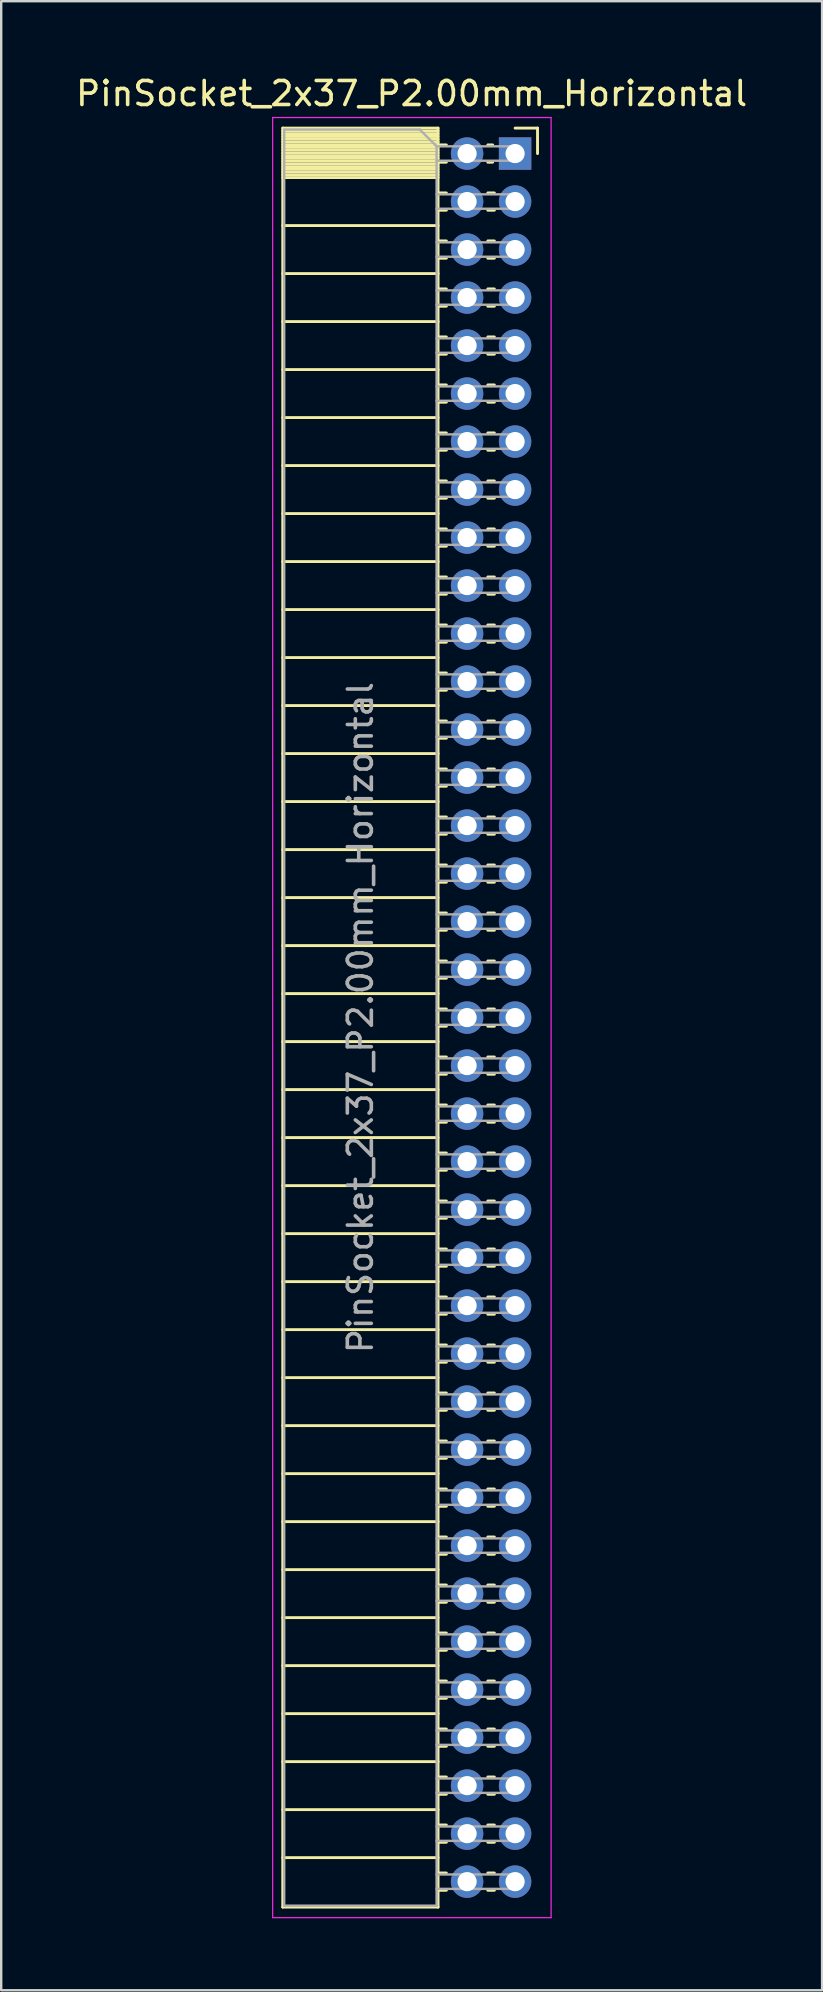
<source format=kicad_pcb>
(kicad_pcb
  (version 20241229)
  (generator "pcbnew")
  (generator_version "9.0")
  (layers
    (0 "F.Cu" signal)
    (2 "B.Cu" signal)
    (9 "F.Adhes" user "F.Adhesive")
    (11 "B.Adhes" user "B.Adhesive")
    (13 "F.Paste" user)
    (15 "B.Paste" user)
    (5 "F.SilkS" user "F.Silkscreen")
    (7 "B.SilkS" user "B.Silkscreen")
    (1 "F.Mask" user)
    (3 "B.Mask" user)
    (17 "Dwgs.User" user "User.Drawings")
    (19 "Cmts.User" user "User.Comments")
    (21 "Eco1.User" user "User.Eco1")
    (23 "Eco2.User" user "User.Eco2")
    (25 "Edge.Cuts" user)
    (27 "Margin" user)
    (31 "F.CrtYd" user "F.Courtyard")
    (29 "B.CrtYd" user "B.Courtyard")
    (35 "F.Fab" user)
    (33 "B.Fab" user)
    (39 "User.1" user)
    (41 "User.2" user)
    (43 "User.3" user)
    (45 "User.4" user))
  (footprint "PinSocket_2x37_P2.00mm_Horizontal"
    (layer "F.Cu")
    (at 18.411 3.348)
    (property "Reference" "PinSocket_2x37_P2.00mm_Horizontal" (at -4.31 -2.5 0) (layer "F.SilkS") (effects (font (size 1 1) (thickness 0.15))))
    (attr through_hole)
    (fp_line (start -9.68 -1.06) (end -9.68 73.06) (stroke (width 0.12) (type solid)) (layer "F.SilkS"))
    (fp_line (start -9.68 -1.06) (end -3.21 -1.06) (stroke (width 0.12) (type solid)) (layer "F.SilkS"))
    (fp_line (start -9.68 -0.94) (end -3.21 -0.94) (stroke (width 0.12) (type solid)) (layer "F.SilkS"))
    (fp_line (start -9.68 -0.826) (end -3.21 -0.826) (stroke (width 0.12) (type solid)) (layer "F.SilkS"))
    (fp_line (start -9.68 -0.712) (end -3.21 -0.712) (stroke (width 0.12) (type solid)) (layer "F.SilkS"))
    (fp_line (start -9.68 -0.598) (end -3.21 -0.598) (stroke (width 0.12) (type solid)) (layer "F.SilkS"))
    (fp_line (start -9.68 -0.484) (end -3.21 -0.484) (stroke (width 0.12) (type solid)) (layer "F.SilkS"))
    (fp_line (start -9.68 -0.369) (end -3.21 -0.369) (stroke (width 0.12) (type solid)) (layer "F.SilkS"))
    (fp_line (start -9.68 -0.255) (end -3.21 -0.255) (stroke (width 0.12) (type solid)) (layer "F.SilkS"))
    (fp_line (start -9.68 -0.141) (end -3.21 -0.141) (stroke (width 0.12) (type solid)) (layer "F.SilkS"))
    (fp_line (start -9.68 -0.027) (end -3.21 -0.027) (stroke (width 0.12) (type solid)) (layer "F.SilkS"))
    (fp_line (start -9.68 0.087) (end -3.21 0.087) (stroke (width 0.12) (type solid)) (layer "F.SilkS"))
    (fp_line (start -9.68 0.201) (end -3.21 0.201) (stroke (width 0.12) (type solid)) (layer "F.SilkS"))
    (fp_line (start -9.68 0.315) (end -3.21 0.315) (stroke (width 0.12) (type solid)) (layer "F.SilkS"))
    (fp_line (start -9.68 0.429) (end -3.21 0.429) (stroke (width 0.12) (type solid)) (layer "F.SilkS"))
    (fp_line (start -9.68 0.544) (end -3.21 0.544) (stroke (width 0.12) (type solid)) (layer "F.SilkS"))
    (fp_line (start -9.68 0.658) (end -3.21 0.658) (stroke (width 0.12) (type solid)) (layer "F.SilkS"))
    (fp_line (start -9.68 0.772) (end -3.21 0.772) (stroke (width 0.12) (type solid)) (layer "F.SilkS"))
    (fp_line (start -9.68 0.886) (end -3.21 0.886) (stroke (width 0.12) (type solid)) (layer "F.SilkS"))
    (fp_line (start -9.68 1) (end -3.21 1) (stroke (width 0.12) (type solid)) (layer "F.SilkS"))
    (fp_line (start -9.68 3) (end -3.21 3) (stroke (width 0.12) (type solid)) (layer "F.SilkS"))
    (fp_line (start -9.68 5) (end -3.21 5) (stroke (width 0.12) (type solid)) (layer "F.SilkS"))
    (fp_line (start -9.68 7) (end -3.21 7) (stroke (width 0.12) (type solid)) (layer "F.SilkS"))
    (fp_line (start -9.68 9) (end -3.21 9) (stroke (width 0.12) (type solid)) (layer "F.SilkS"))
    (fp_line (start -9.68 11) (end -3.21 11) (stroke (width 0.12) (type solid)) (layer "F.SilkS"))
    (fp_line (start -9.68 13) (end -3.21 13) (stroke (width 0.12) (type solid)) (layer "F.SilkS"))
    (fp_line (start -9.68 15) (end -3.21 15) (stroke (width 0.12) (type solid)) (layer "F.SilkS"))
    (fp_line (start -9.68 17) (end -3.21 17) (stroke (width 0.12) (type solid)) (layer "F.SilkS"))
    (fp_line (start -9.68 19) (end -3.21 19) (stroke (width 0.12) (type solid)) (layer "F.SilkS"))
    (fp_line (start -9.68 21) (end -3.21 21) (stroke (width 0.12) (type solid)) (layer "F.SilkS"))
    (fp_line (start -9.68 23) (end -3.21 23) (stroke (width 0.12) (type solid)) (layer "F.SilkS"))
    (fp_line (start -9.68 25) (end -3.21 25) (stroke (width 0.12) (type solid)) (layer "F.SilkS"))
    (fp_line (start -9.68 27) (end -3.21 27) (stroke (width 0.12) (type solid)) (layer "F.SilkS"))
    (fp_line (start -9.68 29) (end -3.21 29) (stroke (width 0.12) (type solid)) (layer "F.SilkS"))
    (fp_line (start -9.68 31) (end -3.21 31) (stroke (width 0.12) (type solid)) (layer "F.SilkS"))
    (fp_line (start -9.68 33) (end -3.21 33) (stroke (width 0.12) (type solid)) (layer "F.SilkS"))
    (fp_line (start -9.68 35) (end -3.21 35) (stroke (width 0.12) (type solid)) (layer "F.SilkS"))
    (fp_line (start -9.68 37) (end -3.21 37) (stroke (width 0.12) (type solid)) (layer "F.SilkS"))
    (fp_line (start -9.68 39) (end -3.21 39) (stroke (width 0.12) (type solid)) (layer "F.SilkS"))
    (fp_line (start -9.68 41) (end -3.21 41) (stroke (width 0.12) (type solid)) (layer "F.SilkS"))
    (fp_line (start -9.68 43) (end -3.21 43) (stroke (width 0.12) (type solid)) (layer "F.SilkS"))
    (fp_line (start -9.68 45) (end -3.21 45) (stroke (width 0.12) (type solid)) (layer "F.SilkS"))
    (fp_line (start -9.68 47) (end -3.21 47) (stroke (width 0.12) (type solid)) (layer "F.SilkS"))
    (fp_line (start -9.68 49) (end -3.21 49) (stroke (width 0.12) (type solid)) (layer "F.SilkS"))
    (fp_line (start -9.68 51) (end -3.21 51) (stroke (width 0.12) (type solid)) (layer "F.SilkS"))
    (fp_line (start -9.68 53) (end -3.21 53) (stroke (width 0.12) (type solid)) (layer "F.SilkS"))
    (fp_line (start -9.68 55) (end -3.21 55) (stroke (width 0.12) (type solid)) (layer "F.SilkS"))
    (fp_line (start -9.68 57) (end -3.21 57) (stroke (width 0.12) (type solid)) (layer "F.SilkS"))
    (fp_line (start -9.68 59) (end -3.21 59) (stroke (width 0.12) (type solid)) (layer "F.SilkS"))
    (fp_line (start -9.68 61) (end -3.21 61) (stroke (width 0.12) (type solid)) (layer "F.SilkS"))
    (fp_line (start -9.68 63) (end -3.21 63) (stroke (width 0.12) (type solid)) (layer "F.SilkS"))
    (fp_line (start -9.68 65) (end -3.21 65) (stroke (width 0.12) (type solid)) (layer "F.SilkS"))
    (fp_line (start -9.68 67) (end -3.21 67) (stroke (width 0.12) (type solid)) (layer "F.SilkS"))
    (fp_line (start -9.68 69) (end -3.21 69) (stroke (width 0.12) (type solid)) (layer "F.SilkS"))
    (fp_line (start -9.68 71) (end -3.21 71) (stroke (width 0.12) (type solid)) (layer "F.SilkS"))
    (fp_line (start -9.68 73.06) (end -3.21 73.06) (stroke (width 0.12) (type solid)) (layer "F.SilkS"))
    (fp_line (start -3.21 -1.06) (end -3.21 73.06) (stroke (width 0.12) (type solid)) (layer "F.SilkS"))
    (fp_line (start -3.21 -0.36) (end -2.863 -0.36) (stroke (width 0.12) (type solid)) (layer "F.SilkS"))
    (fp_line (start -3.21 0.36) (end -2.863 0.36) (stroke (width 0.12) (type solid)) (layer "F.SilkS"))
    (fp_line (start -3.21 1.64) (end -2.863 1.64) (stroke (width 0.12) (type solid)) (layer "F.SilkS"))
    (fp_line (start -3.21 2.36) (end -2.863 2.36) (stroke (width 0.12) (type solid)) (layer "F.SilkS"))
    (fp_line (start -3.21 3.64) (end -2.863 3.64) (stroke (width 0.12) (type solid)) (layer "F.SilkS"))
    (fp_line (start -3.21 4.36) (end -2.863 4.36) (stroke (width 0.12) (type solid)) (layer "F.SilkS"))
    (fp_line (start -3.21 5.64) (end -2.863 5.64) (stroke (width 0.12) (type solid)) (layer "F.SilkS"))
    (fp_line (start -3.21 6.36) (end -2.863 6.36) (stroke (width 0.12) (type solid)) (layer "F.SilkS"))
    (fp_line (start -3.21 7.64) (end -2.863 7.64) (stroke (width 0.12) (type solid)) (layer "F.SilkS"))
    (fp_line (start -3.21 8.36) (end -2.863 8.36) (stroke (width 0.12) (type solid)) (layer "F.SilkS"))
    (fp_line (start -3.21 9.64) (end -2.863 9.64) (stroke (width 0.12) (type solid)) (layer "F.SilkS"))
    (fp_line (start -3.21 10.36) (end -2.863 10.36) (stroke (width 0.12) (type solid)) (layer "F.SilkS"))
    (fp_line (start -3.21 11.64) (end -2.863 11.64) (stroke (width 0.12) (type solid)) (layer "F.SilkS"))
    (fp_line (start -3.21 12.36) (end -2.863 12.36) (stroke (width 0.12) (type solid)) (layer "F.SilkS"))
    (fp_line (start -3.21 13.64) (end -2.863 13.64) (stroke (width 0.12) (type solid)) (layer "F.SilkS"))
    (fp_line (start -3.21 14.36) (end -2.863 14.36) (stroke (width 0.12) (type solid)) (layer "F.SilkS"))
    (fp_line (start -3.21 15.64) (end -2.863 15.64) (stroke (width 0.12) (type solid)) (layer "F.SilkS"))
    (fp_line (start -3.21 16.36) (end -2.863 16.36) (stroke (width 0.12) (type solid)) (layer "F.SilkS"))
    (fp_line (start -3.21 17.64) (end -2.863 17.64) (stroke (width 0.12) (type solid)) (layer "F.SilkS"))
    (fp_line (start -3.21 18.36) (end -2.863 18.36) (stroke (width 0.12) (type solid)) (layer "F.SilkS"))
    (fp_line (start -3.21 19.64) (end -2.863 19.64) (stroke (width 0.12) (type solid)) (layer "F.SilkS"))
    (fp_line (start -3.21 20.36) (end -2.863 20.36) (stroke (width 0.12) (type solid)) (layer "F.SilkS"))
    (fp_line (start -3.21 21.64) (end -2.863 21.64) (stroke (width 0.12) (type solid)) (layer "F.SilkS"))
    (fp_line (start -3.21 22.36) (end -2.863 22.36) (stroke (width 0.12) (type solid)) (layer "F.SilkS"))
    (fp_line (start -3.21 23.64) (end -2.863 23.64) (stroke (width 0.12) (type solid)) (layer "F.SilkS"))
    (fp_line (start -3.21 24.36) (end -2.863 24.36) (stroke (width 0.12) (type solid)) (layer "F.SilkS"))
    (fp_line (start -3.21 25.64) (end -2.863 25.64) (stroke (width 0.12) (type solid)) (layer "F.SilkS"))
    (fp_line (start -3.21 26.36) (end -2.863 26.36) (stroke (width 0.12) (type solid)) (layer "F.SilkS"))
    (fp_line (start -3.21 27.64) (end -2.863 27.64) (stroke (width 0.12) (type solid)) (layer "F.SilkS"))
    (fp_line (start -3.21 28.36) (end -2.863 28.36) (stroke (width 0.12) (type solid)) (layer "F.SilkS"))
    (fp_line (start -3.21 29.64) (end -2.863 29.64) (stroke (width 0.12) (type solid)) (layer "F.SilkS"))
    (fp_line (start -3.21 30.36) (end -2.863 30.36) (stroke (width 0.12) (type solid)) (layer "F.SilkS"))
    (fp_line (start -3.21 31.64) (end -2.863 31.64) (stroke (width 0.12) (type solid)) (layer "F.SilkS"))
    (fp_line (start -3.21 32.36) (end -2.863 32.36) (stroke (width 0.12) (type solid)) (layer "F.SilkS"))
    (fp_line (start -3.21 33.64) (end -2.863 33.64) (stroke (width 0.12) (type solid)) (layer "F.SilkS"))
    (fp_line (start -3.21 34.36) (end -2.863 34.36) (stroke (width 0.12) (type solid)) (layer "F.SilkS"))
    (fp_line (start -3.21 35.64) (end -2.863 35.64) (stroke (width 0.12) (type solid)) (layer "F.SilkS"))
    (fp_line (start -3.21 36.36) (end -2.863 36.36) (stroke (width 0.12) (type solid)) (layer "F.SilkS"))
    (fp_line (start -3.21 37.64) (end -2.863 37.64) (stroke (width 0.12) (type solid)) (layer "F.SilkS"))
    (fp_line (start -3.21 38.36) (end -2.863 38.36) (stroke (width 0.12) (type solid)) (layer "F.SilkS"))
    (fp_line (start -3.21 39.64) (end -2.863 39.64) (stroke (width 0.12) (type solid)) (layer "F.SilkS"))
    (fp_line (start -3.21 40.36) (end -2.863 40.36) (stroke (width 0.12) (type solid)) (layer "F.SilkS"))
    (fp_line (start -3.21 41.64) (end -2.863 41.64) (stroke (width 0.12) (type solid)) (layer "F.SilkS"))
    (fp_line (start -3.21 42.36) (end -2.863 42.36) (stroke (width 0.12) (type solid)) (layer "F.SilkS"))
    (fp_line (start -3.21 43.64) (end -2.863 43.64) (stroke (width 0.12) (type solid)) (layer "F.SilkS"))
    (fp_line (start -3.21 44.36) (end -2.863 44.36) (stroke (width 0.12) (type solid)) (layer "F.SilkS"))
    (fp_line (start -3.21 45.64) (end -2.863 45.64) (stroke (width 0.12) (type solid)) (layer "F.SilkS"))
    (fp_line (start -3.21 46.36) (end -2.863 46.36) (stroke (width 0.12) (type solid)) (layer "F.SilkS"))
    (fp_line (start -3.21 47.64) (end -2.863 47.64) (stroke (width 0.12) (type solid)) (layer "F.SilkS"))
    (fp_line (start -3.21 48.36) (end -2.863 48.36) (stroke (width 0.12) (type solid)) (layer "F.SilkS"))
    (fp_line (start -3.21 49.64) (end -2.863 49.64) (stroke (width 0.12) (type solid)) (layer "F.SilkS"))
    (fp_line (start -3.21 50.36) (end -2.863 50.36) (stroke (width 0.12) (type solid)) (layer "F.SilkS"))
    (fp_line (start -3.21 51.64) (end -2.863 51.64) (stroke (width 0.12) (type solid)) (layer "F.SilkS"))
    (fp_line (start -3.21 52.36) (end -2.863 52.36) (stroke (width 0.12) (type solid)) (layer "F.SilkS"))
    (fp_line (start -3.21 53.64) (end -2.863 53.64) (stroke (width 0.12) (type solid)) (layer "F.SilkS"))
    (fp_line (start -3.21 54.36) (end -2.863 54.36) (stroke (width 0.12) (type solid)) (layer "F.SilkS"))
    (fp_line (start -3.21 55.64) (end -2.863 55.64) (stroke (width 0.12) (type solid)) (layer "F.SilkS"))
    (fp_line (start -3.21 56.36) (end -2.863 56.36) (stroke (width 0.12) (type solid)) (layer "F.SilkS"))
    (fp_line (start -3.21 57.64) (end -2.863 57.64) (stroke (width 0.12) (type solid)) (layer "F.SilkS"))
    (fp_line (start -3.21 58.36) (end -2.863 58.36) (stroke (width 0.12) (type solid)) (layer "F.SilkS"))
    (fp_line (start -3.21 59.64) (end -2.863 59.64) (stroke (width 0.12) (type solid)) (layer "F.SilkS"))
    (fp_line (start -3.21 60.36) (end -2.863 60.36) (stroke (width 0.12) (type solid)) (layer "F.SilkS"))
    (fp_line (start -3.21 61.64) (end -2.863 61.64) (stroke (width 0.12) (type solid)) (layer "F.SilkS"))
    (fp_line (start -3.21 62.36) (end -2.863 62.36) (stroke (width 0.12) (type solid)) (layer "F.SilkS"))
    (fp_line (start -3.21 63.64) (end -2.863 63.64) (stroke (width 0.12) (type solid)) (layer "F.SilkS"))
    (fp_line (start -3.21 64.36) (end -2.863 64.36) (stroke (width 0.12) (type solid)) (layer "F.SilkS"))
    (fp_line (start -3.21 65.64) (end -2.863 65.64) (stroke (width 0.12) (type solid)) (layer "F.SilkS"))
    (fp_line (start -3.21 66.36) (end -2.863 66.36) (stroke (width 0.12) (type solid)) (layer "F.SilkS"))
    (fp_line (start -3.21 67.64) (end -2.863 67.64) (stroke (width 0.12) (type solid)) (layer "F.SilkS"))
    (fp_line (start -3.21 68.36) (end -2.863 68.36) (stroke (width 0.12) (type solid)) (layer "F.SilkS"))
    (fp_line (start -3.21 69.64) (end -2.863 69.64) (stroke (width 0.12) (type solid)) (layer "F.SilkS"))
    (fp_line (start -3.21 70.36) (end -2.863 70.36) (stroke (width 0.12) (type solid)) (layer "F.SilkS"))
    (fp_line (start -3.21 71.64) (end -2.863 71.64) (stroke (width 0.12) (type solid)) (layer "F.SilkS"))
    (fp_line (start -3.21 72.36) (end -2.863 72.36) (stroke (width 0.12) (type solid)) (layer "F.SilkS"))
    (fp_line (start -1.137 -0.36) (end -0.935 -0.36) (stroke (width 0.12) (type solid)) (layer "F.SilkS"))
    (fp_line (start -1.137 0.36) (end -0.935 0.36) (stroke (width 0.12) (type solid)) (layer "F.SilkS"))
    (fp_line (start -1.137 1.64) (end -0.863 1.64) (stroke (width 0.12) (type solid)) (layer "F.SilkS"))
    (fp_line (start -1.137 2.36) (end -0.863 2.36) (stroke (width 0.12) (type solid)) (layer "F.SilkS"))
    (fp_line (start -1.137 3.64) (end -0.863 3.64) (stroke (width 0.12) (type solid)) (layer "F.SilkS"))
    (fp_line (start -1.137 4.36) (end -0.863 4.36) (stroke (width 0.12) (type solid)) (layer "F.SilkS"))
    (fp_line (start -1.137 5.64) (end -0.863 5.64) (stroke (width 0.12) (type solid)) (layer "F.SilkS"))
    (fp_line (start -1.137 6.36) (end -0.863 6.36) (stroke (width 0.12) (type solid)) (layer "F.SilkS"))
    (fp_line (start -1.137 7.64) (end -0.863 7.64) (stroke (width 0.12) (type solid)) (layer "F.SilkS"))
    (fp_line (start -1.137 8.36) (end -0.863 8.36) (stroke (width 0.12) (type solid)) (layer "F.SilkS"))
    (fp_line (start -1.137 9.64) (end -0.863 9.64) (stroke (width 0.12) (type solid)) (layer "F.SilkS"))
    (fp_line (start -1.137 10.36) (end -0.863 10.36) (stroke (width 0.12) (type solid)) (layer "F.SilkS"))
    (fp_line (start -1.137 11.64) (end -0.863 11.64) (stroke (width 0.12) (type solid)) (layer "F.SilkS"))
    (fp_line (start -1.137 12.36) (end -0.863 12.36) (stroke (width 0.12) (type solid)) (layer "F.SilkS"))
    (fp_line (start -1.137 13.64) (end -0.863 13.64) (stroke (width 0.12) (type solid)) (layer "F.SilkS"))
    (fp_line (start -1.137 14.36) (end -0.863 14.36) (stroke (width 0.12) (type solid)) (layer "F.SilkS"))
    (fp_line (start -1.137 15.64) (end -0.863 15.64) (stroke (width 0.12) (type solid)) (layer "F.SilkS"))
    (fp_line (start -1.137 16.36) (end -0.863 16.36) (stroke (width 0.12) (type solid)) (layer "F.SilkS"))
    (fp_line (start -1.137 17.64) (end -0.863 17.64) (stroke (width 0.12) (type solid)) (layer "F.SilkS"))
    (fp_line (start -1.137 18.36) (end -0.863 18.36) (stroke (width 0.12) (type solid)) (layer "F.SilkS"))
    (fp_line (start -1.137 19.64) (end -0.863 19.64) (stroke (width 0.12) (type solid)) (layer "F.SilkS"))
    (fp_line (start -1.137 20.36) (end -0.863 20.36) (stroke (width 0.12) (type solid)) (layer "F.SilkS"))
    (fp_line (start -1.137 21.64) (end -0.863 21.64) (stroke (width 0.12) (type solid)) (layer "F.SilkS"))
    (fp_line (start -1.137 22.36) (end -0.863 22.36) (stroke (width 0.12) (type solid)) (layer "F.SilkS"))
    (fp_line (start -1.137 23.64) (end -0.863 23.64) (stroke (width 0.12) (type solid)) (layer "F.SilkS"))
    (fp_line (start -1.137 24.36) (end -0.863 24.36) (stroke (width 0.12) (type solid)) (layer "F.SilkS"))
    (fp_line (start -1.137 25.64) (end -0.863 25.64) (stroke (width 0.12) (type solid)) (layer "F.SilkS"))
    (fp_line (start -1.137 26.36) (end -0.863 26.36) (stroke (width 0.12) (type solid)) (layer "F.SilkS"))
    (fp_line (start -1.137 27.64) (end -0.863 27.64) (stroke (width 0.12) (type solid)) (layer "F.SilkS"))
    (fp_line (start -1.137 28.36) (end -0.863 28.36) (stroke (width 0.12) (type solid)) (layer "F.SilkS"))
    (fp_line (start -1.137 29.64) (end -0.863 29.64) (stroke (width 0.12) (type solid)) (layer "F.SilkS"))
    (fp_line (start -1.137 30.36) (end -0.863 30.36) (stroke (width 0.12) (type solid)) (layer "F.SilkS"))
    (fp_line (start -1.137 31.64) (end -0.863 31.64) (stroke (width 0.12) (type solid)) (layer "F.SilkS"))
    (fp_line (start -1.137 32.36) (end -0.863 32.36) (stroke (width 0.12) (type solid)) (layer "F.SilkS"))
    (fp_line (start -1.137 33.64) (end -0.863 33.64) (stroke (width 0.12) (type solid)) (layer "F.SilkS"))
    (fp_line (start -1.137 34.36) (end -0.863 34.36) (stroke (width 0.12) (type solid)) (layer "F.SilkS"))
    (fp_line (start -1.137 35.64) (end -0.863 35.64) (stroke (width 0.12) (type solid)) (layer "F.SilkS"))
    (fp_line (start -1.137 36.36) (end -0.863 36.36) (stroke (width 0.12) (type solid)) (layer "F.SilkS"))
    (fp_line (start -1.137 37.64) (end -0.863 37.64) (stroke (width 0.12) (type solid)) (layer "F.SilkS"))
    (fp_line (start -1.137 38.36) (end -0.863 38.36) (stroke (width 0.12) (type solid)) (layer "F.SilkS"))
    (fp_line (start -1.137 39.64) (end -0.863 39.64) (stroke (width 0.12) (type solid)) (layer "F.SilkS"))
    (fp_line (start -1.137 40.36) (end -0.863 40.36) (stroke (width 0.12) (type solid)) (layer "F.SilkS"))
    (fp_line (start -1.137 41.64) (end -0.863 41.64) (stroke (width 0.12) (type solid)) (layer "F.SilkS"))
    (fp_line (start -1.137 42.36) (end -0.863 42.36) (stroke (width 0.12) (type solid)) (layer "F.SilkS"))
    (fp_line (start -1.137 43.64) (end -0.863 43.64) (stroke (width 0.12) (type solid)) (layer "F.SilkS"))
    (fp_line (start -1.137 44.36) (end -0.863 44.36) (stroke (width 0.12) (type solid)) (layer "F.SilkS"))
    (fp_line (start -1.137 45.64) (end -0.863 45.64) (stroke (width 0.12) (type solid)) (layer "F.SilkS"))
    (fp_line (start -1.137 46.36) (end -0.863 46.36) (stroke (width 0.12) (type solid)) (layer "F.SilkS"))
    (fp_line (start -1.137 47.64) (end -0.863 47.64) (stroke (width 0.12) (type solid)) (layer "F.SilkS"))
    (fp_line (start -1.137 48.36) (end -0.863 48.36) (stroke (width 0.12) (type solid)) (layer "F.SilkS"))
    (fp_line (start -1.137 49.64) (end -0.863 49.64) (stroke (width 0.12) (type solid)) (layer "F.SilkS"))
    (fp_line (start -1.137 50.36) (end -0.863 50.36) (stroke (width 0.12) (type solid)) (layer "F.SilkS"))
    (fp_line (start -1.137 51.64) (end -0.863 51.64) (stroke (width 0.12) (type solid)) (layer "F.SilkS"))
    (fp_line (start -1.137 52.36) (end -0.863 52.36) (stroke (width 0.12) (type solid)) (layer "F.SilkS"))
    (fp_line (start -1.137 53.64) (end -0.863 53.64) (stroke (width 0.12) (type solid)) (layer "F.SilkS"))
    (fp_line (start -1.137 54.36) (end -0.863 54.36) (stroke (width 0.12) (type solid)) (layer "F.SilkS"))
    (fp_line (start -1.137 55.64) (end -0.863 55.64) (stroke (width 0.12) (type solid)) (layer "F.SilkS"))
    (fp_line (start -1.137 56.36) (end -0.863 56.36) (stroke (width 0.12) (type solid)) (layer "F.SilkS"))
    (fp_line (start -1.137 57.64) (end -0.863 57.64) (stroke (width 0.12) (type solid)) (layer "F.SilkS"))
    (fp_line (start -1.137 58.36) (end -0.863 58.36) (stroke (width 0.12) (type solid)) (layer "F.SilkS"))
    (fp_line (start -1.137 59.64) (end -0.863 59.64) (stroke (width 0.12) (type solid)) (layer "F.SilkS"))
    (fp_line (start -1.137 60.36) (end -0.863 60.36) (stroke (width 0.12) (type solid)) (layer "F.SilkS"))
    (fp_line (start -1.137 61.64) (end -0.863 61.64) (stroke (width 0.12) (type solid)) (layer "F.SilkS"))
    (fp_line (start -1.137 62.36) (end -0.863 62.36) (stroke (width 0.12) (type solid)) (layer "F.SilkS"))
    (fp_line (start -1.137 63.64) (end -0.863 63.64) (stroke (width 0.12) (type solid)) (layer "F.SilkS"))
    (fp_line (start -1.137 64.36) (end -0.863 64.36) (stroke (width 0.12) (type solid)) (layer "F.SilkS"))
    (fp_line (start -1.137 65.64) (end -0.863 65.64) (stroke (width 0.12) (type solid)) (layer "F.SilkS"))
    (fp_line (start -1.137 66.36) (end -0.863 66.36) (stroke (width 0.12) (type solid)) (layer "F.SilkS"))
    (fp_line (start -1.137 67.64) (end -0.863 67.64) (stroke (width 0.12) (type solid)) (layer "F.SilkS"))
    (fp_line (start -1.137 68.36) (end -0.863 68.36) (stroke (width 0.12) (type solid)) (layer "F.SilkS"))
    (fp_line (start -1.137 69.64) (end -0.863 69.64) (stroke (width 0.12) (type solid)) (layer "F.SilkS"))
    (fp_line (start -1.137 70.36) (end -0.863 70.36) (stroke (width 0.12) (type solid)) (layer "F.SilkS"))
    (fp_line (start -1.137 71.64) (end -0.863 71.64) (stroke (width 0.12) (type solid)) (layer "F.SilkS"))
    (fp_line (start -1.137 72.36) (end -0.863 72.36) (stroke (width 0.12) (type solid)) (layer "F.SilkS"))
    (fp_line (start 0 -1.06) (end 0.935 -1.06) (stroke (width 0.12) (type solid)) (layer "F.SilkS"))
    (fp_line (start 0.935 -1.06) (end 0.935 0) (stroke (width 0.12) (type solid)) (layer "F.SilkS"))
    (fp_line (start -10.1 -1.5) (end -10.1 73.5) (stroke (width 0.05) (type solid)) (layer "F.CrtYd"))
    (fp_line (start -10.1 73.5) (end 1.5 73.5) (stroke (width 0.05) (type solid)) (layer "F.CrtYd"))
    (fp_line (start 1.5 -1.5) (end -10.1 -1.5) (stroke (width 0.05) (type solid)) (layer "F.CrtYd"))
    (fp_line (start 1.5 73.5) (end 1.5 -1.5) (stroke (width 0.05) (type solid)) (layer "F.CrtYd"))
    (fp_line (start -9.62 -1) (end -3.97 -1) (stroke (width 0.1) (type solid)) (layer "F.Fab"))
    (fp_line (start -9.62 73) (end -9.62 -1) (stroke (width 0.1) (type solid)) (layer "F.Fab"))
    (fp_line (start -3.97 -1) (end -3.27 -0.3) (stroke (width 0.1) (type solid)) (layer "F.Fab"))
    (fp_line (start -3.27 -0.3) (end -3.27 73) (stroke (width 0.1) (type solid)) (layer "F.Fab"))
    (fp_line (start -3.27 0.3) (end 0 0.3) (stroke (width 0.1) (type solid)) (layer "F.Fab"))
    (fp_line (start -3.27 2.3) (end 0 2.3) (stroke (width 0.1) (type solid)) (layer "F.Fab"))
    (fp_line (start -3.27 4.3) (end 0 4.3) (stroke (width 0.1) (type solid)) (layer "F.Fab"))
    (fp_line (start -3.27 6.3) (end 0 6.3) (stroke (width 0.1) (type solid)) (layer "F.Fab"))
    (fp_line (start -3.27 8.3) (end 0 8.3) (stroke (width 0.1) (type solid)) (layer "F.Fab"))
    (fp_line (start -3.27 10.3) (end 0 10.3) (stroke (width 0.1) (type solid)) (layer "F.Fab"))
    (fp_line (start -3.27 12.3) (end 0 12.3) (stroke (width 0.1) (type solid)) (layer "F.Fab"))
    (fp_line (start -3.27 14.3) (end 0 14.3) (stroke (width 0.1) (type solid)) (layer "F.Fab"))
    (fp_line (start -3.27 16.3) (end 0 16.3) (stroke (width 0.1) (type solid)) (layer "F.Fab"))
    (fp_line (start -3.27 18.3) (end 0 18.3) (stroke (width 0.1) (type solid)) (layer "F.Fab"))
    (fp_line (start -3.27 20.3) (end 0 20.3) (stroke (width 0.1) (type solid)) (layer "F.Fab"))
    (fp_line (start -3.27 22.3) (end 0 22.3) (stroke (width 0.1) (type solid)) (layer "F.Fab"))
    (fp_line (start -3.27 24.3) (end 0 24.3) (stroke (width 0.1) (type solid)) (layer "F.Fab"))
    (fp_line (start -3.27 26.3) (end 0 26.3) (stroke (width 0.1) (type solid)) (layer "F.Fab"))
    (fp_line (start -3.27 28.3) (end 0 28.3) (stroke (width 0.1) (type solid)) (layer "F.Fab"))
    (fp_line (start -3.27 30.3) (end 0 30.3) (stroke (width 0.1) (type solid)) (layer "F.Fab"))
    (fp_line (start -3.27 32.3) (end 0 32.3) (stroke (width 0.1) (type solid)) (layer "F.Fab"))
    (fp_line (start -3.27 34.3) (end 0 34.3) (stroke (width 0.1) (type solid)) (layer "F.Fab"))
    (fp_line (start -3.27 36.3) (end 0 36.3) (stroke (width 0.1) (type solid)) (layer "F.Fab"))
    (fp_line (start -3.27 38.3) (end 0 38.3) (stroke (width 0.1) (type solid)) (layer "F.Fab"))
    (fp_line (start -3.27 40.3) (end 0 40.3) (stroke (width 0.1) (type solid)) (layer "F.Fab"))
    (fp_line (start -3.27 42.3) (end 0 42.3) (stroke (width 0.1) (type solid)) (layer "F.Fab"))
    (fp_line (start -3.27 44.3) (end 0 44.3) (stroke (width 0.1) (type solid)) (layer "F.Fab"))
    (fp_line (start -3.27 46.3) (end 0 46.3) (stroke (width 0.1) (type solid)) (layer "F.Fab"))
    (fp_line (start -3.27 48.3) (end 0 48.3) (stroke (width 0.1) (type solid)) (layer "F.Fab"))
    (fp_line (start -3.27 50.3) (end 0 50.3) (stroke (width 0.1) (type solid)) (layer "F.Fab"))
    (fp_line (start -3.27 52.3) (end 0 52.3) (stroke (width 0.1) (type solid)) (layer "F.Fab"))
    (fp_line (start -3.27 54.3) (end 0 54.3) (stroke (width 0.1) (type solid)) (layer "F.Fab"))
    (fp_line (start -3.27 56.3) (end 0 56.3) (stroke (width 0.1) (type solid)) (layer "F.Fab"))
    (fp_line (start -3.27 58.3) (end 0 58.3) (stroke (width 0.1) (type solid)) (layer "F.Fab"))
    (fp_line (start -3.27 60.3) (end 0 60.3) (stroke (width 0.1) (type solid)) (layer "F.Fab"))
    (fp_line (start -3.27 62.3) (end 0 62.3) (stroke (width 0.1) (type solid)) (layer "F.Fab"))
    (fp_line (start -3.27 64.3) (end 0 64.3) (stroke (width 0.1) (type solid)) (layer "F.Fab"))
    (fp_line (start -3.27 66.3) (end 0 66.3) (stroke (width 0.1) (type solid)) (layer "F.Fab"))
    (fp_line (start -3.27 68.3) (end 0 68.3) (stroke (width 0.1) (type solid)) (layer "F.Fab"))
    (fp_line (start -3.27 70.3) (end 0 70.3) (stroke (width 0.1) (type solid)) (layer "F.Fab"))
    (fp_line (start -3.27 72.3) (end 0 72.3) (stroke (width 0.1) (type solid)) (layer "F.Fab"))
    (fp_line (start -3.27 73) (end -9.62 73) (stroke (width 0.1) (type solid)) (layer "F.Fab"))
    (fp_line (start 0 -0.3) (end -3.27 -0.3) (stroke (width 0.1) (type solid)) (layer "F.Fab"))
    (fp_line (start 0 0.3) (end 0 -0.3) (stroke (width 0.1) (type solid)) (layer "F.Fab"))
    (fp_line (start 0 1.7) (end -3.27 1.7) (stroke (width 0.1) (type solid)) (layer "F.Fab"))
    (fp_line (start 0 2.3) (end 0 1.7) (stroke (width 0.1) (type solid)) (layer "F.Fab"))
    (fp_line (start 0 3.7) (end -3.27 3.7) (stroke (width 0.1) (type solid)) (layer "F.Fab"))
    (fp_line (start 0 4.3) (end 0 3.7) (stroke (width 0.1) (type solid)) (layer "F.Fab"))
    (fp_line (start 0 5.7) (end -3.27 5.7) (stroke (width 0.1) (type solid)) (layer "F.Fab"))
    (fp_line (start 0 6.3) (end 0 5.7) (stroke (width 0.1) (type solid)) (layer "F.Fab"))
    (fp_line (start 0 7.7) (end -3.27 7.7) (stroke (width 0.1) (type solid)) (layer "F.Fab"))
    (fp_line (start 0 8.3) (end 0 7.7) (stroke (width 0.1) (type solid)) (layer "F.Fab"))
    (fp_line (start 0 9.7) (end -3.27 9.7) (stroke (width 0.1) (type solid)) (layer "F.Fab"))
    (fp_line (start 0 10.3) (end 0 9.7) (stroke (width 0.1) (type solid)) (layer "F.Fab"))
    (fp_line (start 0 11.7) (end -3.27 11.7) (stroke (width 0.1) (type solid)) (layer "F.Fab"))
    (fp_line (start 0 12.3) (end 0 11.7) (stroke (width 0.1) (type solid)) (layer "F.Fab"))
    (fp_line (start 0 13.7) (end -3.27 13.7) (stroke (width 0.1) (type solid)) (layer "F.Fab"))
    (fp_line (start 0 14.3) (end 0 13.7) (stroke (width 0.1) (type solid)) (layer "F.Fab"))
    (fp_line (start 0 15.7) (end -3.27 15.7) (stroke (width 0.1) (type solid)) (layer "F.Fab"))
    (fp_line (start 0 16.3) (end 0 15.7) (stroke (width 0.1) (type solid)) (layer "F.Fab"))
    (fp_line (start 0 17.7) (end -3.27 17.7) (stroke (width 0.1) (type solid)) (layer "F.Fab"))
    (fp_line (start 0 18.3) (end 0 17.7) (stroke (width 0.1) (type solid)) (layer "F.Fab"))
    (fp_line (start 0 19.7) (end -3.27 19.7) (stroke (width 0.1) (type solid)) (layer "F.Fab"))
    (fp_line (start 0 20.3) (end 0 19.7) (stroke (width 0.1) (type solid)) (layer "F.Fab"))
    (fp_line (start 0 21.7) (end -3.27 21.7) (stroke (width 0.1) (type solid)) (layer "F.Fab"))
    (fp_line (start 0 22.3) (end 0 21.7) (stroke (width 0.1) (type solid)) (layer "F.Fab"))
    (fp_line (start 0 23.7) (end -3.27 23.7) (stroke (width 0.1) (type solid)) (layer "F.Fab"))
    (fp_line (start 0 24.3) (end 0 23.7) (stroke (width 0.1) (type solid)) (layer "F.Fab"))
    (fp_line (start 0 25.7) (end -3.27 25.7) (stroke (width 0.1) (type solid)) (layer "F.Fab"))
    (fp_line (start 0 26.3) (end 0 25.7) (stroke (width 0.1) (type solid)) (layer "F.Fab"))
    (fp_line (start 0 27.7) (end -3.27 27.7) (stroke (width 0.1) (type solid)) (layer "F.Fab"))
    (fp_line (start 0 28.3) (end 0 27.7) (stroke (width 0.1) (type solid)) (layer "F.Fab"))
    (fp_line (start 0 29.7) (end -3.27 29.7) (stroke (width 0.1) (type solid)) (layer "F.Fab"))
    (fp_line (start 0 30.3) (end 0 29.7) (stroke (width 0.1) (type solid)) (layer "F.Fab"))
    (fp_line (start 0 31.7) (end -3.27 31.7) (stroke (width 0.1) (type solid)) (layer "F.Fab"))
    (fp_line (start 0 32.3) (end 0 31.7) (stroke (width 0.1) (type solid)) (layer "F.Fab"))
    (fp_line (start 0 33.7) (end -3.27 33.7) (stroke (width 0.1) (type solid)) (layer "F.Fab"))
    (fp_line (start 0 34.3) (end 0 33.7) (stroke (width 0.1) (type solid)) (layer "F.Fab"))
    (fp_line (start 0 35.7) (end -3.27 35.7) (stroke (width 0.1) (type solid)) (layer "F.Fab"))
    (fp_line (start 0 36.3) (end 0 35.7) (stroke (width 0.1) (type solid)) (layer "F.Fab"))
    (fp_line (start 0 37.7) (end -3.27 37.7) (stroke (width 0.1) (type solid)) (layer "F.Fab"))
    (fp_line (start 0 38.3) (end 0 37.7) (stroke (width 0.1) (type solid)) (layer "F.Fab"))
    (fp_line (start 0 39.7) (end -3.27 39.7) (stroke (width 0.1) (type solid)) (layer "F.Fab"))
    (fp_line (start 0 40.3) (end 0 39.7) (stroke (width 0.1) (type solid)) (layer "F.Fab"))
    (fp_line (start 0 41.7) (end -3.27 41.7) (stroke (width 0.1) (type solid)) (layer "F.Fab"))
    (fp_line (start 0 42.3) (end 0 41.7) (stroke (width 0.1) (type solid)) (layer "F.Fab"))
    (fp_line (start 0 43.7) (end -3.27 43.7) (stroke (width 0.1) (type solid)) (layer "F.Fab"))
    (fp_line (start 0 44.3) (end 0 43.7) (stroke (width 0.1) (type solid)) (layer "F.Fab"))
    (fp_line (start 0 45.7) (end -3.27 45.7) (stroke (width 0.1) (type solid)) (layer "F.Fab"))
    (fp_line (start 0 46.3) (end 0 45.7) (stroke (width 0.1) (type solid)) (layer "F.Fab"))
    (fp_line (start 0 47.7) (end -3.27 47.7) (stroke (width 0.1) (type solid)) (layer "F.Fab"))
    (fp_line (start 0 48.3) (end 0 47.7) (stroke (width 0.1) (type solid)) (layer "F.Fab"))
    (fp_line (start 0 49.7) (end -3.27 49.7) (stroke (width 0.1) (type solid)) (layer "F.Fab"))
    (fp_line (start 0 50.3) (end 0 49.7) (stroke (width 0.1) (type solid)) (layer "F.Fab"))
    (fp_line (start 0 51.7) (end -3.27 51.7) (stroke (width 0.1) (type solid)) (layer "F.Fab"))
    (fp_line (start 0 52.3) (end 0 51.7) (stroke (width 0.1) (type solid)) (layer "F.Fab"))
    (fp_line (start 0 53.7) (end -3.27 53.7) (stroke (width 0.1) (type solid)) (layer "F.Fab"))
    (fp_line (start 0 54.3) (end 0 53.7) (stroke (width 0.1) (type solid)) (layer "F.Fab"))
    (fp_line (start 0 55.7) (end -3.27 55.7) (stroke (width 0.1) (type solid)) (layer "F.Fab"))
    (fp_line (start 0 56.3) (end 0 55.7) (stroke (width 0.1) (type solid)) (layer "F.Fab"))
    (fp_line (start 0 57.7) (end -3.27 57.7) (stroke (width 0.1) (type solid)) (layer "F.Fab"))
    (fp_line (start 0 58.3) (end 0 57.7) (stroke (width 0.1) (type solid)) (layer "F.Fab"))
    (fp_line (start 0 59.7) (end -3.27 59.7) (stroke (width 0.1) (type solid)) (layer "F.Fab"))
    (fp_line (start 0 60.3) (end 0 59.7) (stroke (width 0.1) (type solid)) (layer "F.Fab"))
    (fp_line (start 0 61.7) (end -3.27 61.7) (stroke (width 0.1) (type solid)) (layer "F.Fab"))
    (fp_line (start 0 62.3) (end 0 61.7) (stroke (width 0.1) (type solid)) (layer "F.Fab"))
    (fp_line (start 0 63.7) (end -3.27 63.7) (stroke (width 0.1) (type solid)) (layer "F.Fab"))
    (fp_line (start 0 64.3) (end 0 63.7) (stroke (width 0.1) (type solid)) (layer "F.Fab"))
    (fp_line (start 0 65.7) (end -3.27 65.7) (stroke (width 0.1) (type solid)) (layer "F.Fab"))
    (fp_line (start 0 66.3) (end 0 65.7) (stroke (width 0.1) (type solid)) (layer "F.Fab"))
    (fp_line (start 0 67.7) (end -3.27 67.7) (stroke (width 0.1) (type solid)) (layer "F.Fab"))
    (fp_line (start 0 68.3) (end 0 67.7) (stroke (width 0.1) (type solid)) (layer "F.Fab"))
    (fp_line (start 0 69.7) (end -3.27 69.7) (stroke (width 0.1) (type solid)) (layer "F.Fab"))
    (fp_line (start 0 70.3) (end 0 69.7) (stroke (width 0.1) (type solid)) (layer "F.Fab"))
    (fp_line (start 0 71.7) (end -3.27 71.7) (stroke (width 0.1) (type solid)) (layer "F.Fab"))
    (fp_line (start 0 72.3) (end 0 71.7) (stroke (width 0.1) (type solid)) (layer "F.Fab"))
    (fp_text user "${REFERENCE}" (at -6.445 36 90) (layer "F.Fab") (effects (font (size 1 1) (thickness 0.15))))
    (pad "1" thru_hole rect (at 0 0) (size 1.35 1.35) (drill 0.8) (layers "*.Cu" "*.Mask"))
    (pad "2" thru_hole circle (at -2 0) (size 1.35 1.35) (drill 0.8) (layers "*.Cu" "*.Mask"))
    (pad "3" thru_hole circle (at 0 2) (size 1.35 1.35) (drill 0.8) (layers "*.Cu" "*.Mask"))
    (pad "4" thru_hole circle (at -2 2) (size 1.35 1.35) (drill 0.8) (layers "*.Cu" "*.Mask"))
    (pad "5" thru_hole circle (at 0 4) (size 1.35 1.35) (drill 0.8) (layers "*.Cu" "*.Mask"))
    (pad "6" thru_hole circle (at -2 4) (size 1.35 1.35) (drill 0.8) (layers "*.Cu" "*.Mask"))
    (pad "7" thru_hole circle (at 0 6) (size 1.35 1.35) (drill 0.8) (layers "*.Cu" "*.Mask"))
    (pad "8" thru_hole circle (at -2 6) (size 1.35 1.35) (drill 0.8) (layers "*.Cu" "*.Mask"))
    (pad "9" thru_hole circle (at 0 8) (size 1.35 1.35) (drill 0.8) (layers "*.Cu" "*.Mask"))
    (pad "10" thru_hole circle (at -2 8) (size 1.35 1.35) (drill 0.8) (layers "*.Cu" "*.Mask"))
    (pad "11" thru_hole circle (at 0 10) (size 1.35 1.35) (drill 0.8) (layers "*.Cu" "*.Mask"))
    (pad "12" thru_hole circle (at -2 10) (size 1.35 1.35) (drill 0.8) (layers "*.Cu" "*.Mask"))
    (pad "13" thru_hole circle (at 0 12) (size 1.35 1.35) (drill 0.8) (layers "*.Cu" "*.Mask"))
    (pad "14" thru_hole circle (at -2 12) (size 1.35 1.35) (drill 0.8) (layers "*.Cu" "*.Mask"))
    (pad "15" thru_hole circle (at 0 14) (size 1.35 1.35) (drill 0.8) (layers "*.Cu" "*.Mask"))
    (pad "16" thru_hole circle (at -2 14) (size 1.35 1.35) (drill 0.8) (layers "*.Cu" "*.Mask"))
    (pad "17" thru_hole circle (at 0 16) (size 1.35 1.35) (drill 0.8) (layers "*.Cu" "*.Mask"))
    (pad "18" thru_hole circle (at -2 16) (size 1.35 1.35) (drill 0.8) (layers "*.Cu" "*.Mask"))
    (pad "19" thru_hole circle (at 0 18) (size 1.35 1.35) (drill 0.8) (layers "*.Cu" "*.Mask"))
    (pad "20" thru_hole circle (at -2 18) (size 1.35 1.35) (drill 0.8) (layers "*.Cu" "*.Mask"))
    (pad "21" thru_hole circle (at 0 20) (size 1.35 1.35) (drill 0.8) (layers "*.Cu" "*.Mask"))
    (pad "22" thru_hole circle (at -2 20) (size 1.35 1.35) (drill 0.8) (layers "*.Cu" "*.Mask"))
    (pad "23" thru_hole circle (at 0 22) (size 1.35 1.35) (drill 0.8) (layers "*.Cu" "*.Mask"))
    (pad "24" thru_hole circle (at -2 22) (size 1.35 1.35) (drill 0.8) (layers "*.Cu" "*.Mask"))
    (pad "25" thru_hole circle (at 0 24) (size 1.35 1.35) (drill 0.8) (layers "*.Cu" "*.Mask"))
    (pad "26" thru_hole circle (at -2 24) (size 1.35 1.35) (drill 0.8) (layers "*.Cu" "*.Mask"))
    (pad "27" thru_hole circle (at 0 26) (size 1.35 1.35) (drill 0.8) (layers "*.Cu" "*.Mask"))
    (pad "28" thru_hole circle (at -2 26) (size 1.35 1.35) (drill 0.8) (layers "*.Cu" "*.Mask"))
    (pad "29" thru_hole circle (at 0 28) (size 1.35 1.35) (drill 0.8) (layers "*.Cu" "*.Mask"))
    (pad "30" thru_hole circle (at -2 28) (size 1.35 1.35) (drill 0.8) (layers "*.Cu" "*.Mask"))
    (pad "31" thru_hole circle (at 0 30) (size 1.35 1.35) (drill 0.8) (layers "*.Cu" "*.Mask"))
    (pad "32" thru_hole circle (at -2 30) (size 1.35 1.35) (drill 0.8) (layers "*.Cu" "*.Mask"))
    (pad "33" thru_hole circle (at 0 32) (size 1.35 1.35) (drill 0.8) (layers "*.Cu" "*.Mask"))
    (pad "34" thru_hole circle (at -2 32) (size 1.35 1.35) (drill 0.8) (layers "*.Cu" "*.Mask"))
    (pad "35" thru_hole circle (at 0 34) (size 1.35 1.35) (drill 0.8) (layers "*.Cu" "*.Mask"))
    (pad "36" thru_hole circle (at -2 34) (size 1.35 1.35) (drill 0.8) (layers "*.Cu" "*.Mask"))
    (pad "37" thru_hole circle (at 0 36) (size 1.35 1.35) (drill 0.8) (layers "*.Cu" "*.Mask"))
    (pad "38" thru_hole circle (at -2 36) (size 1.35 1.35) (drill 0.8) (layers "*.Cu" "*.Mask"))
    (pad "39" thru_hole circle (at 0 38) (size 1.35 1.35) (drill 0.8) (layers "*.Cu" "*.Mask"))
    (pad "40" thru_hole circle (at -2 38) (size 1.35 1.35) (drill 0.8) (layers "*.Cu" "*.Mask"))
    (pad "41" thru_hole circle (at 0 40) (size 1.35 1.35) (drill 0.8) (layers "*.Cu" "*.Mask"))
    (pad "42" thru_hole circle (at -2 40) (size 1.35 1.35) (drill 0.8) (layers "*.Cu" "*.Mask"))
    (pad "43" thru_hole circle (at 0 42) (size 1.35 1.35) (drill 0.8) (layers "*.Cu" "*.Mask"))
    (pad "44" thru_hole circle (at -2 42) (size 1.35 1.35) (drill 0.8) (layers "*.Cu" "*.Mask"))
    (pad "45" thru_hole circle (at 0 44) (size 1.35 1.35) (drill 0.8) (layers "*.Cu" "*.Mask"))
    (pad "46" thru_hole circle (at -2 44) (size 1.35 1.35) (drill 0.8) (layers "*.Cu" "*.Mask"))
    (pad "47" thru_hole circle (at 0 46) (size 1.35 1.35) (drill 0.8) (layers "*.Cu" "*.Mask"))
    (pad "48" thru_hole circle (at -2 46) (size 1.35 1.35) (drill 0.8) (layers "*.Cu" "*.Mask"))
    (pad "49" thru_hole circle (at 0 48) (size 1.35 1.35) (drill 0.8) (layers "*.Cu" "*.Mask"))
    (pad "50" thru_hole circle (at -2 48) (size 1.35 1.35) (drill 0.8) (layers "*.Cu" "*.Mask"))
    (pad "51" thru_hole circle (at 0 50) (size 1.35 1.35) (drill 0.8) (layers "*.Cu" "*.Mask"))
    (pad "52" thru_hole circle (at -2 50) (size 1.35 1.35) (drill 0.8) (layers "*.Cu" "*.Mask"))
    (pad "53" thru_hole circle (at 0 52) (size 1.35 1.35) (drill 0.8) (layers "*.Cu" "*.Mask"))
    (pad "54" thru_hole circle (at -2 52) (size 1.35 1.35) (drill 0.8) (layers "*.Cu" "*.Mask"))
    (pad "55" thru_hole circle (at 0 54) (size 1.35 1.35) (drill 0.8) (layers "*.Cu" "*.Mask"))
    (pad "56" thru_hole circle (at -2 54) (size 1.35 1.35) (drill 0.8) (layers "*.Cu" "*.Mask"))
    (pad "57" thru_hole circle (at 0 56) (size 1.35 1.35) (drill 0.8) (layers "*.Cu" "*.Mask"))
    (pad "58" thru_hole circle (at -2 56) (size 1.35 1.35) (drill 0.8) (layers "*.Cu" "*.Mask"))
    (pad "59" thru_hole circle (at 0 58) (size 1.35 1.35) (drill 0.8) (layers "*.Cu" "*.Mask"))
    (pad "60" thru_hole circle (at -2 58) (size 1.35 1.35) (drill 0.8) (layers "*.Cu" "*.Mask"))
    (pad "61" thru_hole circle (at 0 60) (size 1.35 1.35) (drill 0.8) (layers "*.Cu" "*.Mask"))
    (pad "62" thru_hole circle (at -2 60) (size 1.35 1.35) (drill 0.8) (layers "*.Cu" "*.Mask"))
    (pad "63" thru_hole circle (at 0 62) (size 1.35 1.35) (drill 0.8) (layers "*.Cu" "*.Mask"))
    (pad "64" thru_hole circle (at -2 62) (size 1.35 1.35) (drill 0.8) (layers "*.Cu" "*.Mask"))
    (pad "65" thru_hole circle (at 0 64) (size 1.35 1.35) (drill 0.8) (layers "*.Cu" "*.Mask"))
    (pad "66" thru_hole circle (at -2 64) (size 1.35 1.35) (drill 0.8) (layers "*.Cu" "*.Mask"))
    (pad "67" thru_hole circle (at 0 66) (size 1.35 1.35) (drill 0.8) (layers "*.Cu" "*.Mask"))
    (pad "68" thru_hole circle (at -2 66) (size 1.35 1.35) (drill 0.8) (layers "*.Cu" "*.Mask"))
    (pad "69" thru_hole circle (at 0 68) (size 1.35 1.35) (drill 0.8) (layers "*.Cu" "*.Mask"))
    (pad "70" thru_hole circle (at -2 68) (size 1.35 1.35) (drill 0.8) (layers "*.Cu" "*.Mask"))
    (pad "71" thru_hole circle (at 0 70) (size 1.35 1.35) (drill 0.8) (layers "*.Cu" "*.Mask"))
    (pad "72" thru_hole circle (at -2 70) (size 1.35 1.35) (drill 0.8) (layers "*.Cu" "*.Mask"))
    (pad "73" thru_hole circle (at 0 72) (size 1.35 1.35) (drill 0.8) (layers "*.Cu" "*.Mask"))
    (pad "74" thru_hole circle (at -2 72) (size 1.35 1.35) (drill 0.8) (layers "*.Cu" "*.Mask")))
  (gr_rect
    (start -3 -3)
    (end 31.202 79.873)
    (stroke (width 0.1) (type default))
    (fill no)
    (layer "Edge.Cuts")))
</source>
